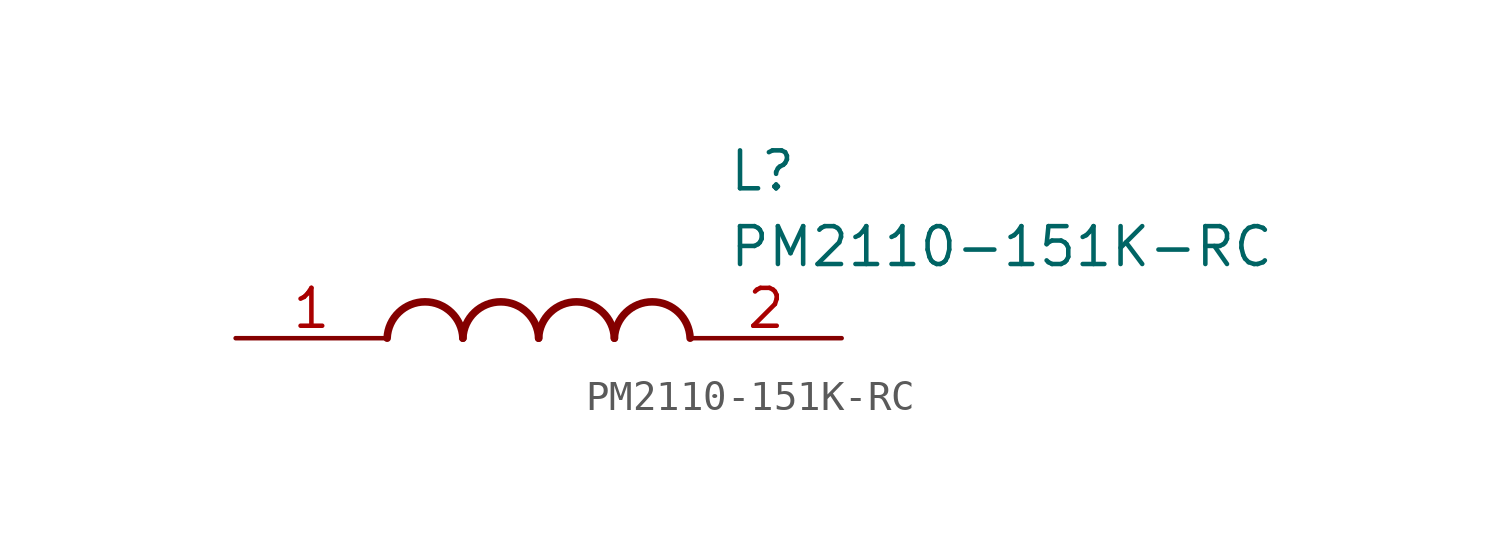
<source format=kicad_sym>
(kicad_symbol_lib
  (version 20211014)
  (generator SamacSys_ECAD_Model)
  (symbol "PM2110-151K-RC"
    (pin_names hide)
    (property "Reference" "L"
      (at 16.51 6.35 0)
      (effects (font (size 1.27 1.27)) (justify left top)))
    (property "Value" "PM2110-151K-RC"
      (at 16.51 3.81 0)
      (effects (font (size 1.27 1.27)) (justify left top)))
    (arc
      (start 7.62 0)
      (mid 6.35 1.219)
      (end 5.08 0)
      (stroke (width 0.254) (type default))
      (fill (type none)))
    (arc
      (start 10.16 0)
      (mid 8.89 1.219)
      (end 7.62 0)
      (stroke (width 0.254) (type default))
      (fill (type none)))
    (arc
      (start 12.7 0)
      (mid 11.43 1.219)
      (end 10.16 0)
      (stroke (width 0.254) (type default))
      (fill (type none)))
    (arc
      (start 15.24 0)
      (mid 13.97 1.219)
      (end 12.7 0)
      (stroke (width 0.254) (type default))
      (fill (type none)))
    (pin passive line
      (at 0 0 0)
      (length 5.08)
      (name "1" (effects (font (size 1.27 1.27))))
      (number "1" (effects (font (size 1.27 1.27)))))
    (pin passive line
      (at 20.32 0 180)
      (length 5.08)
      (name "2" (effects (font (size 1.27 1.27))))
      (number "2" (effects (font (size 1.27 1.27)))))))
</source>
